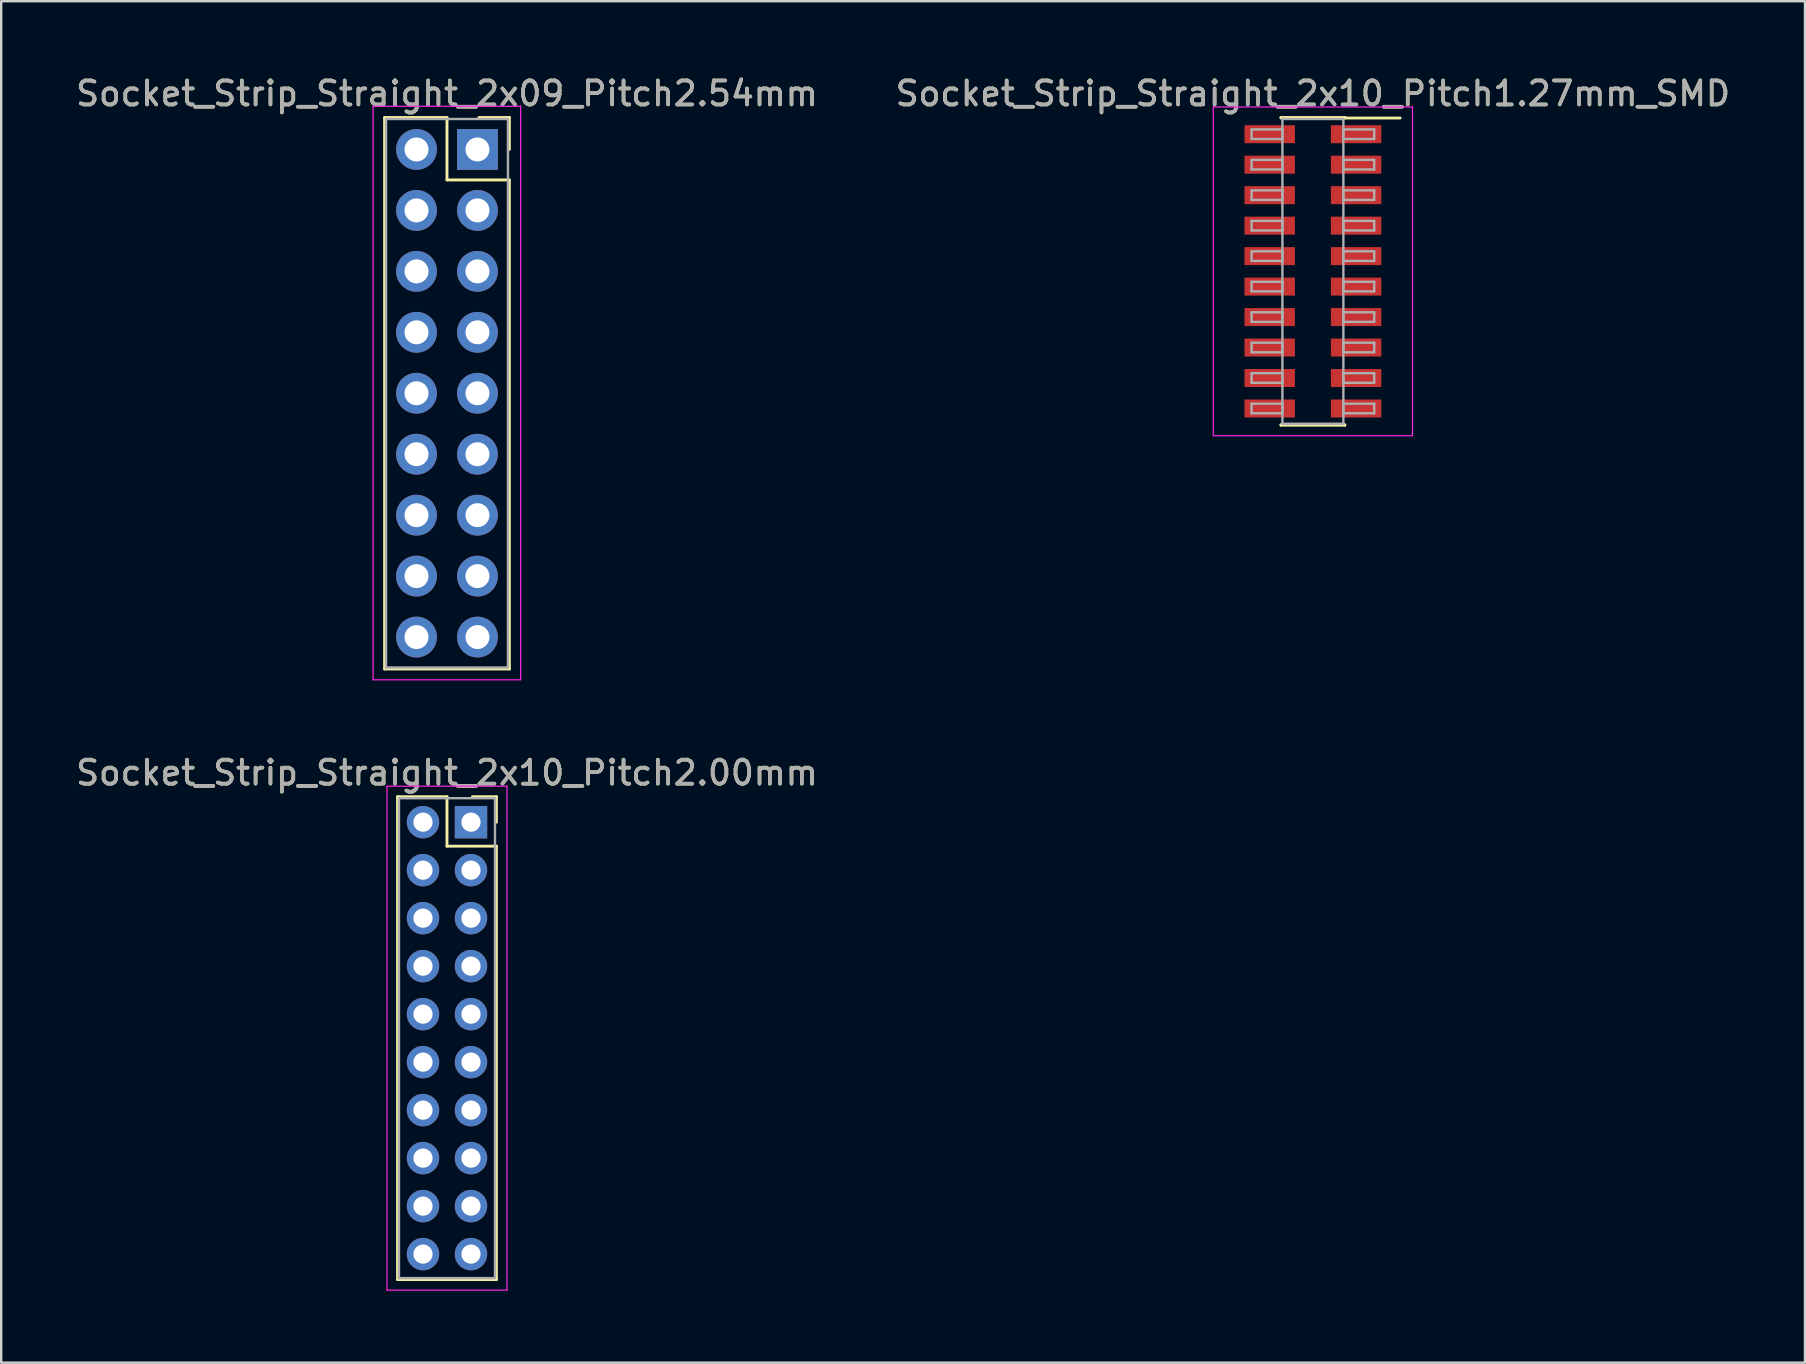
<source format=kicad_pcb>
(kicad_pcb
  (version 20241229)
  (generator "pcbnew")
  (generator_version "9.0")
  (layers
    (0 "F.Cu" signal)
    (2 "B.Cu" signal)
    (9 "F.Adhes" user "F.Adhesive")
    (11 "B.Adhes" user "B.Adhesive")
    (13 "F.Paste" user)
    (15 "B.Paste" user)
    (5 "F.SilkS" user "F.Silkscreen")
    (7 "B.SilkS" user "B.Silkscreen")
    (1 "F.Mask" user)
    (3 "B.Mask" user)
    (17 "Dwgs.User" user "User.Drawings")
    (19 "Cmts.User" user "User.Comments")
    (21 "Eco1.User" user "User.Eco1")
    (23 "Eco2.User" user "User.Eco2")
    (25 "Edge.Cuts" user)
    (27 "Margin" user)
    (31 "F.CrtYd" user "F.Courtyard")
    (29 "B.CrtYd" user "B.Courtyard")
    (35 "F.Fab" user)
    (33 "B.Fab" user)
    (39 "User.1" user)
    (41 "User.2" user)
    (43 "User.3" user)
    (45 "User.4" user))
  (footprint "Socket_Strip_Straight_2x10_Pitch2.00mm"
    (layer "F.Cu")
    (at 16.577 31.212)
    (property "Reference" "Socket_Strip_Straight_2x10_Pitch2.00mm" (at -1 -2.06 0) (layer "F.SilkS") (effects (font (size 1 1) (thickness 0.15))))
    (attr through_hole)
    (fp_line (start -3.06 -1.06) (end -1 -1.06) (stroke (width 0.12) (type solid)) (layer "F.SilkS"))
    (fp_line (start -3.06 19.06) (end -3.06 -1.06) (stroke (width 0.12) (type solid)) (layer "F.SilkS"))
    (fp_line (start -1 -1.06) (end -1 1) (stroke (width 0.12) (type solid)) (layer "F.SilkS"))
    (fp_line (start -1 1) (end 1.06 1) (stroke (width 0.12) (type solid)) (layer "F.SilkS"))
    (fp_line (start 1.06 -1.06) (end 0.06 -1.06) (stroke (width 0.12) (type solid)) (layer "F.SilkS"))
    (fp_line (start 1.06 0) (end 1.06 -1.06) (stroke (width 0.12) (type solid)) (layer "F.SilkS"))
    (fp_line (start 1.06 1) (end 1.06 19.06) (stroke (width 0.12) (type solid)) (layer "F.SilkS"))
    (fp_line (start 1.06 19.06) (end -3.06 19.06) (stroke (width 0.12) (type solid)) (layer "F.SilkS"))
    (fp_line (start -3.5 -1.5) (end -3.5 19.5) (stroke (width 0.05) (type solid)) (layer "F.CrtYd"))
    (fp_line (start -3.5 19.5) (end 1.5 19.5) (stroke (width 0.05) (type solid)) (layer "F.CrtYd"))
    (fp_line (start 1.5 -1.5) (end -3.5 -1.5) (stroke (width 0.05) (type solid)) (layer "F.CrtYd"))
    (fp_line (start 1.5 19.5) (end 1.5 -1.5) (stroke (width 0.05) (type solid)) (layer "F.CrtYd"))
    (fp_line (start -3 -1) (end -3 19) (stroke (width 0.1) (type solid)) (layer "F.Fab"))
    (fp_line (start -3 19) (end 1 19) (stroke (width 0.1) (type solid)) (layer "F.Fab"))
    (fp_line (start 1 -1) (end -3 -1) (stroke (width 0.1) (type solid)) (layer "F.Fab"))
    (fp_line (start 1 19) (end 1 -1) (stroke (width 0.1) (type solid)) (layer "F.Fab"))
    (fp_text user "${REFERENCE}" (at -1 -2.06 0) (layer "F.Fab") (effects (font (size 1 1) (thickness 0.15))))
    (pad "1" thru_hole rect (at 0 0) (size 1.35 1.35) (drill 0.8) (layers "*.Cu" "*.Mask"))
    (pad "2" thru_hole oval (at -2 0) (size 1.35 1.35) (drill 0.8) (layers "*.Cu" "*.Mask"))
    (pad "3" thru_hole oval (at 0 2) (size 1.35 1.35) (drill 0.8) (layers "*.Cu" "*.Mask"))
    (pad "4" thru_hole oval (at -2 2) (size 1.35 1.35) (drill 0.8) (layers "*.Cu" "*.Mask"))
    (pad "5" thru_hole oval (at 0 4) (size 1.35 1.35) (drill 0.8) (layers "*.Cu" "*.Mask"))
    (pad "6" thru_hole oval (at -2 4) (size 1.35 1.35) (drill 0.8) (layers "*.Cu" "*.Mask"))
    (pad "7" thru_hole oval (at 0 6) (size 1.35 1.35) (drill 0.8) (layers "*.Cu" "*.Mask"))
    (pad "8" thru_hole oval (at -2 6) (size 1.35 1.35) (drill 0.8) (layers "*.Cu" "*.Mask"))
    (pad "9" thru_hole oval (at 0 8) (size 1.35 1.35) (drill 0.8) (layers "*.Cu" "*.Mask"))
    (pad "10" thru_hole oval (at -2 8) (size 1.35 1.35) (drill 0.8) (layers "*.Cu" "*.Mask"))
    (pad "11" thru_hole oval (at 0 10) (size 1.35 1.35) (drill 0.8) (layers "*.Cu" "*.Mask"))
    (pad "12" thru_hole oval (at -2 10) (size 1.35 1.35) (drill 0.8) (layers "*.Cu" "*.Mask"))
    (pad "13" thru_hole oval (at 0 12) (size 1.35 1.35) (drill 0.8) (layers "*.Cu" "*.Mask"))
    (pad "14" thru_hole oval (at -2 12) (size 1.35 1.35) (drill 0.8) (layers "*.Cu" "*.Mask"))
    (pad "15" thru_hole oval (at 0 14) (size 1.35 1.35) (drill 0.8) (layers "*.Cu" "*.Mask"))
    (pad "16" thru_hole oval (at -2 14) (size 1.35 1.35) (drill 0.8) (layers "*.Cu" "*.Mask"))
    (pad "17" thru_hole oval (at 0 16) (size 1.35 1.35) (drill 0.8) (layers "*.Cu" "*.Mask"))
    (pad "18" thru_hole oval (at -2 16) (size 1.35 1.35) (drill 0.8) (layers "*.Cu" "*.Mask"))
    (pad "19" thru_hole oval (at 0 18) (size 1.35 1.35) (drill 0.8) (layers "*.Cu" "*.Mask"))
    (pad "20" thru_hole oval (at -2 18) (size 1.35 1.35) (drill 0.8) (layers "*.Cu" "*.Mask")))
  (footprint "Socket_Strip_Straight_2x10_Pitch1.27mm_SMD"
    (layer "F.Cu")
    (at 51.661 8.258)
    (property "Reference" "Socket_Strip_Straight_2x10_Pitch1.27mm_SMD" (at 0 -7.41 0) (layer "F.SilkS") (effects (font (size 1 1) (thickness 0.15))))
    (attr smd)
    (fp_line (start -1.33 -6.41) (end 1.33 -6.41) (stroke (width 0.12) (type solid)) (layer "F.SilkS"))
    (fp_line (start -1.33 -6.39) (end -1.33 -6.41) (stroke (width 0.12) (type solid)) (layer "F.SilkS"))
    (fp_line (start -1.33 6.39) (end -1.33 6.41) (stroke (width 0.12) (type solid)) (layer "F.SilkS"))
    (fp_line (start -1.33 6.41) (end 1.33 6.41) (stroke (width 0.12) (type solid)) (layer "F.SilkS"))
    (fp_line (start 1.33 -6.41) (end 1.33 -6.39) (stroke (width 0.12) (type solid)) (layer "F.SilkS"))
    (fp_line (start 1.33 6.41) (end 1.33 6.39) (stroke (width 0.12) (type solid)) (layer "F.SilkS"))
    (fp_line (start 3.635 -6.39) (end 1.33 -6.39) (stroke (width 0.12) (type solid)) (layer "F.SilkS"))
    (fp_line (start -4.15 -6.85) (end -4.15 6.85) (stroke (width 0.05) (type solid)) (layer "F.CrtYd"))
    (fp_line (start -4.15 6.85) (end 4.15 6.85) (stroke (width 0.05) (type solid)) (layer "F.CrtYd"))
    (fp_line (start 4.15 -6.85) (end -4.15 -6.85) (stroke (width 0.05) (type solid)) (layer "F.CrtYd"))
    (fp_line (start 4.15 6.85) (end 4.15 -6.85) (stroke (width 0.05) (type solid)) (layer "F.CrtYd"))
    (fp_line (start -2.555 -5.915) (end -1.27 -5.915) (stroke (width 0.1) (type solid)) (layer "F.Fab"))
    (fp_line (start -2.555 -5.515) (end -2.555 -5.915) (stroke (width 0.1) (type solid)) (layer "F.Fab"))
    (fp_line (start -2.555 -4.645) (end -1.27 -4.645) (stroke (width 0.1) (type solid)) (layer "F.Fab"))
    (fp_line (start -2.555 -4.245) (end -2.555 -4.645) (stroke (width 0.1) (type solid)) (layer "F.Fab"))
    (fp_line (start -2.555 -3.375) (end -1.27 -3.375) (stroke (width 0.1) (type solid)) (layer "F.Fab"))
    (fp_line (start -2.555 -2.975) (end -2.555 -3.375) (stroke (width 0.1) (type solid)) (layer "F.Fab"))
    (fp_line (start -2.555 -2.105) (end -1.27 -2.105) (stroke (width 0.1) (type solid)) (layer "F.Fab"))
    (fp_line (start -2.555 -1.705) (end -2.555 -2.105) (stroke (width 0.1) (type solid)) (layer "F.Fab"))
    (fp_line (start -2.555 -0.835) (end -1.27 -0.835) (stroke (width 0.1) (type solid)) (layer "F.Fab"))
    (fp_line (start -2.555 -0.435) (end -2.555 -0.835) (stroke (width 0.1) (type solid)) (layer "F.Fab"))
    (fp_line (start -2.555 0.435) (end -1.27 0.435) (stroke (width 0.1) (type solid)) (layer "F.Fab"))
    (fp_line (start -2.555 0.835) (end -2.555 0.435) (stroke (width 0.1) (type solid)) (layer "F.Fab"))
    (fp_line (start -2.555 1.705) (end -1.27 1.705) (stroke (width 0.1) (type solid)) (layer "F.Fab"))
    (fp_line (start -2.555 2.105) (end -2.555 1.705) (stroke (width 0.1) (type solid)) (layer "F.Fab"))
    (fp_line (start -2.555 2.975) (end -1.27 2.975) (stroke (width 0.1) (type solid)) (layer "F.Fab"))
    (fp_line (start -2.555 3.375) (end -2.555 2.975) (stroke (width 0.1) (type solid)) (layer "F.Fab"))
    (fp_line (start -2.555 4.245) (end -1.27 4.245) (stroke (width 0.1) (type solid)) (layer "F.Fab"))
    (fp_line (start -2.555 4.645) (end -2.555 4.245) (stroke (width 0.1) (type solid)) (layer "F.Fab"))
    (fp_line (start -2.555 5.515) (end -1.27 5.515) (stroke (width 0.1) (type solid)) (layer "F.Fab"))
    (fp_line (start -2.555 5.915) (end -2.555 5.515) (stroke (width 0.1) (type solid)) (layer "F.Fab"))
    (fp_line (start -1.27 -6.35) (end -1.27 6.35) (stroke (width 0.1) (type solid)) (layer "F.Fab"))
    (fp_line (start -1.27 -5.915) (end -1.27 -5.515) (stroke (width 0.1) (type solid)) (layer "F.Fab"))
    (fp_line (start -1.27 -5.515) (end -2.555 -5.515) (stroke (width 0.1) (type solid)) (layer "F.Fab"))
    (fp_line (start -1.27 -4.645) (end -1.27 -4.245) (stroke (width 0.1) (type solid)) (layer "F.Fab"))
    (fp_line (start -1.27 -4.245) (end -2.555 -4.245) (stroke (width 0.1) (type solid)) (layer "F.Fab"))
    (fp_line (start -1.27 -3.375) (end -1.27 -2.975) (stroke (width 0.1) (type solid)) (layer "F.Fab"))
    (fp_line (start -1.27 -2.975) (end -2.555 -2.975) (stroke (width 0.1) (type solid)) (layer "F.Fab"))
    (fp_line (start -1.27 -2.105) (end -1.27 -1.705) (stroke (width 0.1) (type solid)) (layer "F.Fab"))
    (fp_line (start -1.27 -1.705) (end -2.555 -1.705) (stroke (width 0.1) (type solid)) (layer "F.Fab"))
    (fp_line (start -1.27 -0.835) (end -1.27 -0.435) (stroke (width 0.1) (type solid)) (layer "F.Fab"))
    (fp_line (start -1.27 -0.435) (end -2.555 -0.435) (stroke (width 0.1) (type solid)) (layer "F.Fab"))
    (fp_line (start -1.27 0.435) (end -1.27 0.835) (stroke (width 0.1) (type solid)) (layer "F.Fab"))
    (fp_line (start -1.27 0.835) (end -2.555 0.835) (stroke (width 0.1) (type solid)) (layer "F.Fab"))
    (fp_line (start -1.27 1.705) (end -1.27 2.105) (stroke (width 0.1) (type solid)) (layer "F.Fab"))
    (fp_line (start -1.27 2.105) (end -2.555 2.105) (stroke (width 0.1) (type solid)) (layer "F.Fab"))
    (fp_line (start -1.27 2.975) (end -1.27 3.375) (stroke (width 0.1) (type solid)) (layer "F.Fab"))
    (fp_line (start -1.27 3.375) (end -2.555 3.375) (stroke (width 0.1) (type solid)) (layer "F.Fab"))
    (fp_line (start -1.27 4.245) (end -1.27 4.645) (stroke (width 0.1) (type solid)) (layer "F.Fab"))
    (fp_line (start -1.27 4.645) (end -2.555 4.645) (stroke (width 0.1) (type solid)) (layer "F.Fab"))
    (fp_line (start -1.27 5.515) (end -1.27 5.915) (stroke (width 0.1) (type solid)) (layer "F.Fab"))
    (fp_line (start -1.27 5.915) (end -2.555 5.915) (stroke (width 0.1) (type solid)) (layer "F.Fab"))
    (fp_line (start -1.27 6.35) (end 1.27 6.35) (stroke (width 0.1) (type solid)) (layer "F.Fab"))
    (fp_line (start 1.27 -6.35) (end -1.27 -6.35) (stroke (width 0.1) (type solid)) (layer "F.Fab"))
    (fp_line (start 1.27 -5.915) (end 1.27 -5.515) (stroke (width 0.1) (type solid)) (layer "F.Fab"))
    (fp_line (start 1.27 -5.515) (end 2.555 -5.515) (stroke (width 0.1) (type solid)) (layer "F.Fab"))
    (fp_line (start 1.27 -4.645) (end 1.27 -4.245) (stroke (width 0.1) (type solid)) (layer "F.Fab"))
    (fp_line (start 1.27 -4.245) (end 2.555 -4.245) (stroke (width 0.1) (type solid)) (layer "F.Fab"))
    (fp_line (start 1.27 -3.375) (end 1.27 -2.975) (stroke (width 0.1) (type solid)) (layer "F.Fab"))
    (fp_line (start 1.27 -2.975) (end 2.555 -2.975) (stroke (width 0.1) (type solid)) (layer "F.Fab"))
    (fp_line (start 1.27 -2.105) (end 1.27 -1.705) (stroke (width 0.1) (type solid)) (layer "F.Fab"))
    (fp_line (start 1.27 -1.705) (end 2.555 -1.705) (stroke (width 0.1) (type solid)) (layer "F.Fab"))
    (fp_line (start 1.27 -0.835) (end 1.27 -0.435) (stroke (width 0.1) (type solid)) (layer "F.Fab"))
    (fp_line (start 1.27 -0.435) (end 2.555 -0.435) (stroke (width 0.1) (type solid)) (layer "F.Fab"))
    (fp_line (start 1.27 0.435) (end 1.27 0.835) (stroke (width 0.1) (type solid)) (layer "F.Fab"))
    (fp_line (start 1.27 0.835) (end 2.555 0.835) (stroke (width 0.1) (type solid)) (layer "F.Fab"))
    (fp_line (start 1.27 1.705) (end 1.27 2.105) (stroke (width 0.1) (type solid)) (layer "F.Fab"))
    (fp_line (start 1.27 2.105) (end 2.555 2.105) (stroke (width 0.1) (type solid)) (layer "F.Fab"))
    (fp_line (start 1.27 2.975) (end 1.27 3.375) (stroke (width 0.1) (type solid)) (layer "F.Fab"))
    (fp_line (start 1.27 3.375) (end 2.555 3.375) (stroke (width 0.1) (type solid)) (layer "F.Fab"))
    (fp_line (start 1.27 4.245) (end 1.27 4.645) (stroke (width 0.1) (type solid)) (layer "F.Fab"))
    (fp_line (start 1.27 4.645) (end 2.555 4.645) (stroke (width 0.1) (type solid)) (layer "F.Fab"))
    (fp_line (start 1.27 5.515) (end 1.27 5.915) (stroke (width 0.1) (type solid)) (layer "F.Fab"))
    (fp_line (start 1.27 5.915) (end 2.555 5.915) (stroke (width 0.1) (type solid)) (layer "F.Fab"))
    (fp_line (start 1.27 6.35) (end 1.27 -6.35) (stroke (width 0.1) (type solid)) (layer "F.Fab"))
    (fp_line (start 2.555 -5.915) (end 1.27 -5.915) (stroke (width 0.1) (type solid)) (layer "F.Fab"))
    (fp_line (start 2.555 -5.515) (end 2.555 -5.915) (stroke (width 0.1) (type solid)) (layer "F.Fab"))
    (fp_line (start 2.555 -4.645) (end 1.27 -4.645) (stroke (width 0.1) (type solid)) (layer "F.Fab"))
    (fp_line (start 2.555 -4.245) (end 2.555 -4.645) (stroke (width 0.1) (type solid)) (layer "F.Fab"))
    (fp_line (start 2.555 -3.375) (end 1.27 -3.375) (stroke (width 0.1) (type solid)) (layer "F.Fab"))
    (fp_line (start 2.555 -2.975) (end 2.555 -3.375) (stroke (width 0.1) (type solid)) (layer "F.Fab"))
    (fp_line (start 2.555 -2.105) (end 1.27 -2.105) (stroke (width 0.1) (type solid)) (layer "F.Fab"))
    (fp_line (start 2.555 -1.705) (end 2.555 -2.105) (stroke (width 0.1) (type solid)) (layer "F.Fab"))
    (fp_line (start 2.555 -0.835) (end 1.27 -0.835) (stroke (width 0.1) (type solid)) (layer "F.Fab"))
    (fp_line (start 2.555 -0.435) (end 2.555 -0.835) (stroke (width 0.1) (type solid)) (layer "F.Fab"))
    (fp_line (start 2.555 0.435) (end 1.27 0.435) (stroke (width 0.1) (type solid)) (layer "F.Fab"))
    (fp_line (start 2.555 0.835) (end 2.555 0.435) (stroke (width 0.1) (type solid)) (layer "F.Fab"))
    (fp_line (start 2.555 1.705) (end 1.27 1.705) (stroke (width 0.1) (type solid)) (layer "F.Fab"))
    (fp_line (start 2.555 2.105) (end 2.555 1.705) (stroke (width 0.1) (type solid)) (layer "F.Fab"))
    (fp_line (start 2.555 2.975) (end 1.27 2.975) (stroke (width 0.1) (type solid)) (layer "F.Fab"))
    (fp_line (start 2.555 3.375) (end 2.555 2.975) (stroke (width 0.1) (type solid)) (layer "F.Fab"))
    (fp_line (start 2.555 4.245) (end 1.27 4.245) (stroke (width 0.1) (type solid)) (layer "F.Fab"))
    (fp_line (start 2.555 4.645) (end 2.555 4.245) (stroke (width 0.1) (type solid)) (layer "F.Fab"))
    (fp_line (start 2.555 5.515) (end 1.27 5.515) (stroke (width 0.1) (type solid)) (layer "F.Fab"))
    (fp_line (start 2.555 5.915) (end 2.555 5.515) (stroke (width 0.1) (type solid)) (layer "F.Fab"))
    (fp_text user "${REFERENCE}" (at 0 -7.41 0) (layer "F.Fab") (effects (font (size 1 1) (thickness 0.15))))
    (pad "1" smd rect (at 1.8 -5.715) (size 2.1 0.75) (layers "F.Cu" "F.Mask" "F.Paste"))
    (pad "2" smd rect (at -1.8 -5.715) (size 2.1 0.75) (layers "F.Cu" "F.Mask" "F.Paste"))
    (pad "3" smd rect (at 1.8 -4.445) (size 2.1 0.75) (layers "F.Cu" "F.Mask" "F.Paste"))
    (pad "4" smd rect (at -1.8 -4.445) (size 2.1 0.75) (layers "F.Cu" "F.Mask" "F.Paste"))
    (pad "5" smd rect (at 1.8 -3.175) (size 2.1 0.75) (layers "F.Cu" "F.Mask" "F.Paste"))
    (pad "6" smd rect (at -1.8 -3.175) (size 2.1 0.75) (layers "F.Cu" "F.Mask" "F.Paste"))
    (pad "7" smd rect (at 1.8 -1.905) (size 2.1 0.75) (layers "F.Cu" "F.Mask" "F.Paste"))
    (pad "8" smd rect (at -1.8 -1.905) (size 2.1 0.75) (layers "F.Cu" "F.Mask" "F.Paste"))
    (pad "9" smd rect (at 1.8 -0.635) (size 2.1 0.75) (layers "F.Cu" "F.Mask" "F.Paste"))
    (pad "10" smd rect (at -1.8 -0.635) (size 2.1 0.75) (layers "F.Cu" "F.Mask" "F.Paste"))
    (pad "11" smd rect (at 1.8 0.635) (size 2.1 0.75) (layers "F.Cu" "F.Mask" "F.Paste"))
    (pad "12" smd rect (at -1.8 0.635) (size 2.1 0.75) (layers "F.Cu" "F.Mask" "F.Paste"))
    (pad "13" smd rect (at 1.8 1.905) (size 2.1 0.75) (layers "F.Cu" "F.Mask" "F.Paste"))
    (pad "14" smd rect (at -1.8 1.905) (size 2.1 0.75) (layers "F.Cu" "F.Mask" "F.Paste"))
    (pad "15" smd rect (at 1.8 3.175) (size 2.1 0.75) (layers "F.Cu" "F.Mask" "F.Paste"))
    (pad "16" smd rect (at -1.8 3.175) (size 2.1 0.75) (layers "F.Cu" "F.Mask" "F.Paste"))
    (pad "17" smd rect (at 1.8 4.445) (size 2.1 0.75) (layers "F.Cu" "F.Mask" "F.Paste"))
    (pad "18" smd rect (at -1.8 4.445) (size 2.1 0.75) (layers "F.Cu" "F.Mask" "F.Paste"))
    (pad "19" smd rect (at 1.8 5.715) (size 2.1 0.75) (layers "F.Cu" "F.Mask" "F.Paste"))
    (pad "20" smd rect (at -1.8 5.715) (size 2.1 0.75) (layers "F.Cu" "F.Mask" "F.Paste")))
  (footprint "Socket_Strip_Straight_2x09_Pitch2.54mm"
    (layer "F.Cu")
    (at 16.847 3.178)
    (property "Reference" "Socket_Strip_Straight_2x09_Pitch2.54mm" (at -1.27 -2.33 0) (layer "F.SilkS") (effects (font (size 1 1) (thickness 0.15))))
    (attr through_hole)
    (fp_line (start -3.87 -1.33) (end -1.27 -1.33) (stroke (width 0.12) (type solid)) (layer "F.SilkS"))
    (fp_line (start -3.87 21.65) (end -3.87 -1.33) (stroke (width 0.12) (type solid)) (layer "F.SilkS"))
    (fp_line (start -1.27 -1.33) (end -1.27 1.27) (stroke (width 0.12) (type solid)) (layer "F.SilkS"))
    (fp_line (start -1.27 1.27) (end 1.33 1.27) (stroke (width 0.12) (type solid)) (layer "F.SilkS"))
    (fp_line (start 1.33 -1.33) (end 0.06 -1.33) (stroke (width 0.12) (type solid)) (layer "F.SilkS"))
    (fp_line (start 1.33 0) (end 1.33 -1.33) (stroke (width 0.12) (type solid)) (layer "F.SilkS"))
    (fp_line (start 1.33 1.27) (end 1.33 21.65) (stroke (width 0.12) (type solid)) (layer "F.SilkS"))
    (fp_line (start 1.33 21.65) (end -3.87 21.65) (stroke (width 0.12) (type solid)) (layer "F.SilkS"))
    (fp_line (start -4.35 -1.8) (end -4.35 22.1) (stroke (width 0.05) (type solid)) (layer "F.CrtYd"))
    (fp_line (start -4.35 22.1) (end 1.8 22.1) (stroke (width 0.05) (type solid)) (layer "F.CrtYd"))
    (fp_line (start 1.8 -1.8) (end -4.35 -1.8) (stroke (width 0.05) (type solid)) (layer "F.CrtYd"))
    (fp_line (start 1.8 22.1) (end 1.8 -1.8) (stroke (width 0.05) (type solid)) (layer "F.CrtYd"))
    (fp_line (start -3.81 -1.27) (end -3.81 21.59) (stroke (width 0.1) (type solid)) (layer "F.Fab"))
    (fp_line (start -3.81 21.59) (end 1.27 21.59) (stroke (width 0.1) (type solid)) (layer "F.Fab"))
    (fp_line (start 1.27 -1.27) (end -3.81 -1.27) (stroke (width 0.1) (type solid)) (layer "F.Fab"))
    (fp_line (start 1.27 21.59) (end 1.27 -1.27) (stroke (width 0.1) (type solid)) (layer "F.Fab"))
    (fp_text user "${REFERENCE}" (at -1.27 -2.33 0) (layer "F.Fab") (effects (font (size 1 1) (thickness 0.15))))
    (pad "1" thru_hole rect (at 0 0) (size 1.7 1.7) (drill 1) (layers "*.Cu" "*.Mask"))
    (pad "2" thru_hole oval (at -2.54 0) (size 1.7 1.7) (drill 1) (layers "*.Cu" "*.Mask"))
    (pad "3" thru_hole oval (at 0 2.54) (size 1.7 1.7) (drill 1) (layers "*.Cu" "*.Mask"))
    (pad "4" thru_hole oval (at -2.54 2.54) (size 1.7 1.7) (drill 1) (layers "*.Cu" "*.Mask"))
    (pad "5" thru_hole oval (at 0 5.08) (size 1.7 1.7) (drill 1) (layers "*.Cu" "*.Mask"))
    (pad "6" thru_hole oval (at -2.54 5.08) (size 1.7 1.7) (drill 1) (layers "*.Cu" "*.Mask"))
    (pad "7" thru_hole oval (at 0 7.62) (size 1.7 1.7) (drill 1) (layers "*.Cu" "*.Mask"))
    (pad "8" thru_hole oval (at -2.54 7.62) (size 1.7 1.7) (drill 1) (layers "*.Cu" "*.Mask"))
    (pad "9" thru_hole oval (at 0 10.16) (size 1.7 1.7) (drill 1) (layers "*.Cu" "*.Mask"))
    (pad "10" thru_hole oval (at -2.54 10.16) (size 1.7 1.7) (drill 1) (layers "*.Cu" "*.Mask"))
    (pad "11" thru_hole oval (at 0 12.7) (size 1.7 1.7) (drill 1) (layers "*.Cu" "*.Mask"))
    (pad "12" thru_hole oval (at -2.54 12.7) (size 1.7 1.7) (drill 1) (layers "*.Cu" "*.Mask"))
    (pad "13" thru_hole oval (at 0 15.24) (size 1.7 1.7) (drill 1) (layers "*.Cu" "*.Mask"))
    (pad "14" thru_hole oval (at -2.54 15.24) (size 1.7 1.7) (drill 1) (layers "*.Cu" "*.Mask"))
    (pad "15" thru_hole oval (at 0 17.78) (size 1.7 1.7) (drill 1) (layers "*.Cu" "*.Mask"))
    (pad "16" thru_hole oval (at -2.54 17.78) (size 1.7 1.7) (drill 1) (layers "*.Cu" "*.Mask"))
    (pad "17" thru_hole oval (at 0 20.32) (size 1.7 1.7) (drill 1) (layers "*.Cu" "*.Mask"))
    (pad "18" thru_hole oval (at -2.54 20.32) (size 1.7 1.7) (drill 1) (layers "*.Cu" "*.Mask")))
  (gr_rect
    (start -3 -3)
    (end 72.167 53.736)
    (stroke (width 0.1) (type default))
    (fill no)
    (layer "Edge.Cuts")))
</source>
